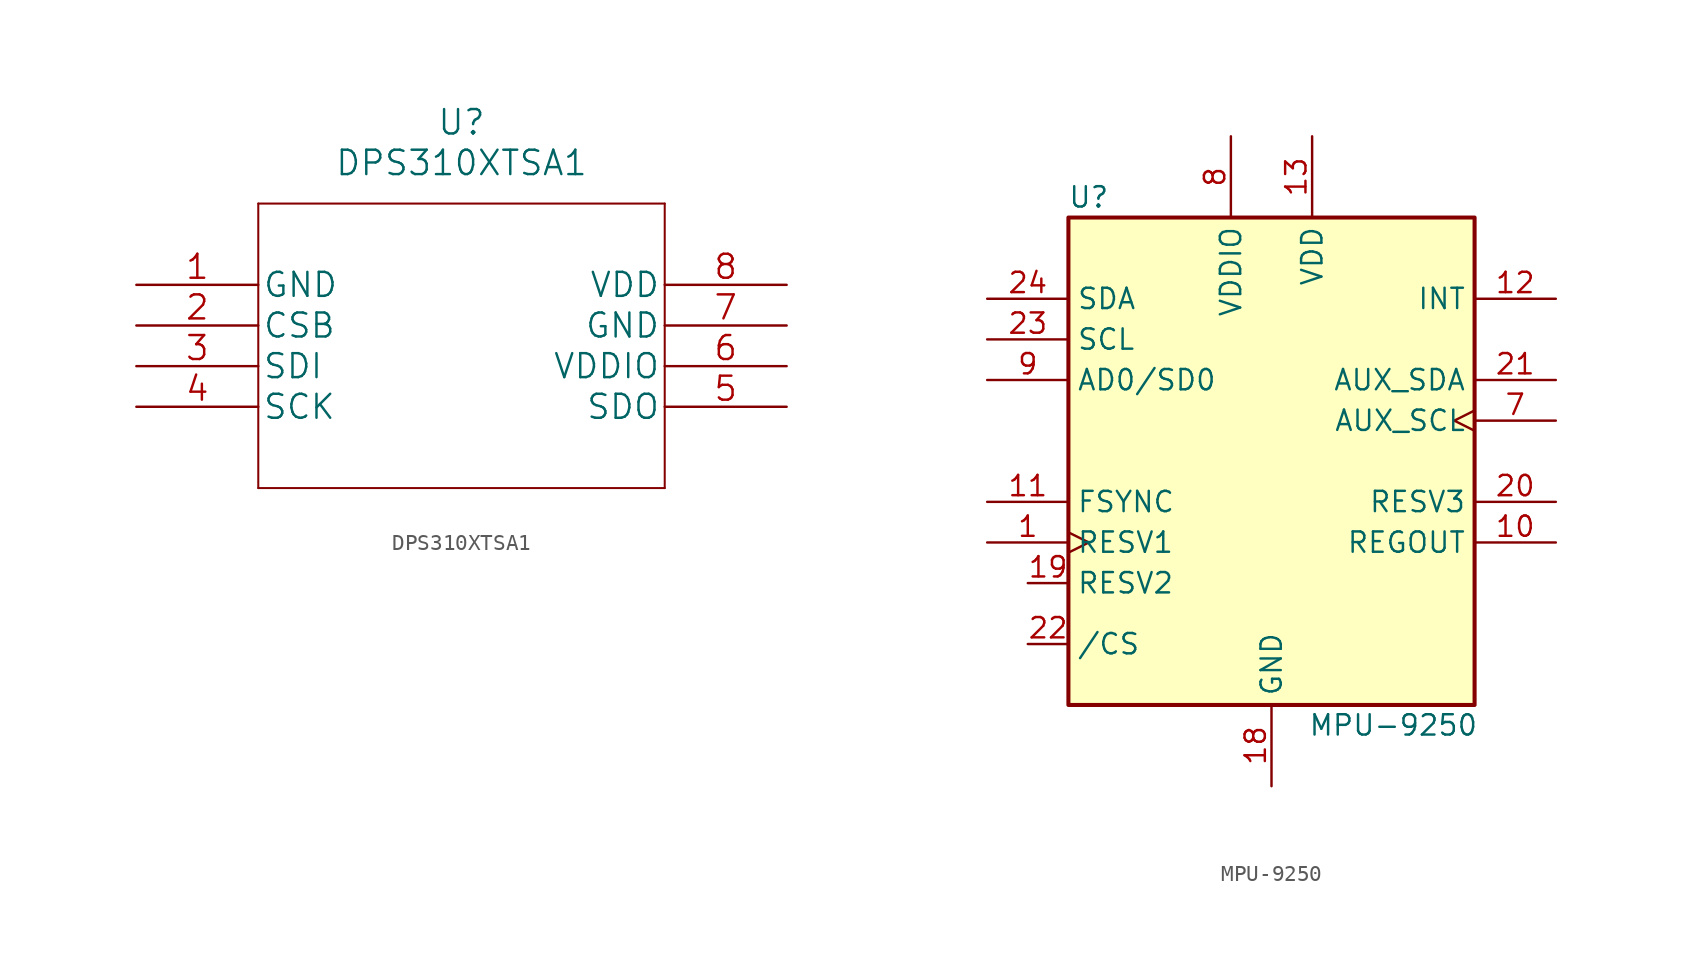
<source format=kicad_sym>
(kicad_symbol_lib
  (version 20220914)
  (generator kicad_symbol_editor)
  (symbol "DPS310XTSA1"
    (pin_names
      (offset 0.254))
    (property "Reference" "U"
      (at 20.32 10.16 0)
      (effects (font (size 1.524 1.524))))
    (property "Value" "DPS310XTSA1"
      (at 20.32 7.62 0)
      (effects (font (size 1.524 1.524))))
    (property "Datasheet" ""
      (at 0 0 0)
      (effects (font (size 1.524 1.524))))
    (property "ki_locked" ""
      (at 0 0 0)
      (effects (font (size 1.27 1.27))))
    (symbol "DPS310XTSA1_1_1"
      (polyline (pts (xy 7.62 -12.7) (xy 33.02 -12.7)) (stroke (width 0.127) (type default)) (fill (type none)))
      (polyline (pts (xy 7.62 5.08) (xy 7.62 -12.7)) (stroke (width 0.127) (type default)) (fill (type none)))
      (polyline (pts (xy 33.02 -12.7) (xy 33.02 5.08)) (stroke (width 0.127) (type default)) (fill (type none)))
      (polyline (pts (xy 33.02 5.08) (xy 7.62 5.08)) (stroke (width 0.127) (type default)) (fill (type none)))
      (pin power_in line (at 0 0 0) (length 7.62) (name "GND" (effects (font (size 1.499 1.499)))) (number "1" (effects (font (size 1.499 1.499)))))
      (pin unspecified line (at 0 -2.54 0) (length 7.62) (name "CSB" (effects (font (size 1.499 1.499)))) (number "2" (effects (font (size 1.499 1.499)))))
      (pin unspecified line (at 0 -5.08 0) (length 7.62) (name "SDI" (effects (font (size 1.499 1.499)))) (number "3" (effects (font (size 1.499 1.499)))))
      (pin unspecified line (at 0 -7.62 0) (length 7.62) (name "SCK" (effects (font (size 1.499 1.499)))) (number "4" (effects (font (size 1.499 1.499)))))
      (pin unspecified line (at 40.64 -7.62 180) (length 7.62) (name "SDO" (effects (font (size 1.499 1.499)))) (number "5" (effects (font (size 1.499 1.499)))))
      (pin unspecified line (at 40.64 -5.08 180) (length 7.62) (name "VDDIO" (effects (font (size 1.499 1.499)))) (number "6" (effects (font (size 1.499 1.499)))))
      (pin power_in line (at 40.64 -2.54 180) (length 7.62) (name "GND" (effects (font (size 1.499 1.499)))) (number "7" (effects (font (size 1.499 1.499)))))
      (pin unspecified line (at 40.64 0 180) (length 7.62) (name "VDD" (effects (font (size 1.499 1.499)))) (number "8" (effects (font (size 1.499 1.499)))))))
  (symbol "MPU-9250"
    (property "Reference" "U"
      (at -11.43 13.97 0)
      (effects (font (size 1.27 1.27))))
    (property "Value" "MPU-9250"
      (at 7.62 -19.05 0)
      (effects (font (size 1.27 1.27))))
    (symbol "MPU-9250_0_0"
      (pin input line (at -15.24 -10.16 0) (length 2.54) (name "RESV2" (effects (font (size 1.27 1.27)))) (number "19" (effects (font (size 1.27 1.27)))))
      (pin input line (at -15.24 -13.97 0) (length 2.54) (name "/CS" (effects (font (size 1.27 1.27)))) (number "22" (effects (font (size 1.27 1.27))))))
    (symbol "MPU-9250_0_1"
      (rectangle (start -12.7 12.7) (end 12.7 -17.78) (stroke (width 0.254) (type default)) (fill (type background))))
    (symbol "MPU-9250_1_1"
      (pin input clock (at -17.78 -7.62 0) (length 5.08) (name "RESV1" (effects (font (size 1.27 1.27)))) (number "1" (effects (font (size 1.27 1.27)))))
      (pin passive line (at 17.78 -7.62 180) (length 5.08) (name "REGOUT" (effects (font (size 1.27 1.27)))) (number "10" (effects (font (size 1.27 1.27)))))
      (pin input line (at -17.78 -5.08 0) (length 5.08) (name "FSYNC" (effects (font (size 1.27 1.27)))) (number "11" (effects (font (size 1.27 1.27)))))
      (pin output line (at 17.78 7.62 180) (length 5.08) (name "INT" (effects (font (size 1.27 1.27)))) (number "12" (effects (font (size 1.27 1.27)))))
      (pin power_in line (at 2.54 17.78 270) (length 5.08) (name "VDD" (effects (font (size 1.27 1.27)))) (number "13" (effects (font (size 1.27 1.27)))))
      (pin power_in line (at 0 -22.86 90) (length 5.08) (name "GND" (effects (font (size 1.27 1.27)))) (number "18" (effects (font (size 1.27 1.27)))))
      (pin input line (at 17.78 -5.08 180) (length 5.08) (name "RESV3" (effects (font (size 1.27 1.27)))) (number "20" (effects (font (size 1.27 1.27)))))
      (pin bidirectional line (at 17.78 2.54 180) (length 5.08) (name "AUX_SDA" (effects (font (size 1.27 1.27)))) (number "21" (effects (font (size 1.27 1.27)))))
      (pin input line (at -17.78 5.08 0) (length 5.08) (name "SCL" (effects (font (size 1.27 1.27)))) (number "23" (effects (font (size 1.27 1.27)))))
      (pin bidirectional line (at -17.78 7.62 0) (length 5.08) (name "SDA" (effects (font (size 1.27 1.27)))) (number "24" (effects (font (size 1.27 1.27)))))
      (pin output clock (at 17.78 0 180) (length 5.08) (name "AUX_SCL" (effects (font (size 1.27 1.27)))) (number "7" (effects (font (size 1.27 1.27)))))
      (pin power_in line (at -2.54 17.78 270) (length 5.08) (name "VDDIO" (effects (font (size 1.27 1.27)))) (number "8" (effects (font (size 1.27 1.27)))))
      (pin input line (at -17.78 2.54 0) (length 5.08) (name "AD0/SD0" (effects (font (size 1.27 1.27)))) (number "9" (effects (font (size 1.27 1.27))))))))
</source>
